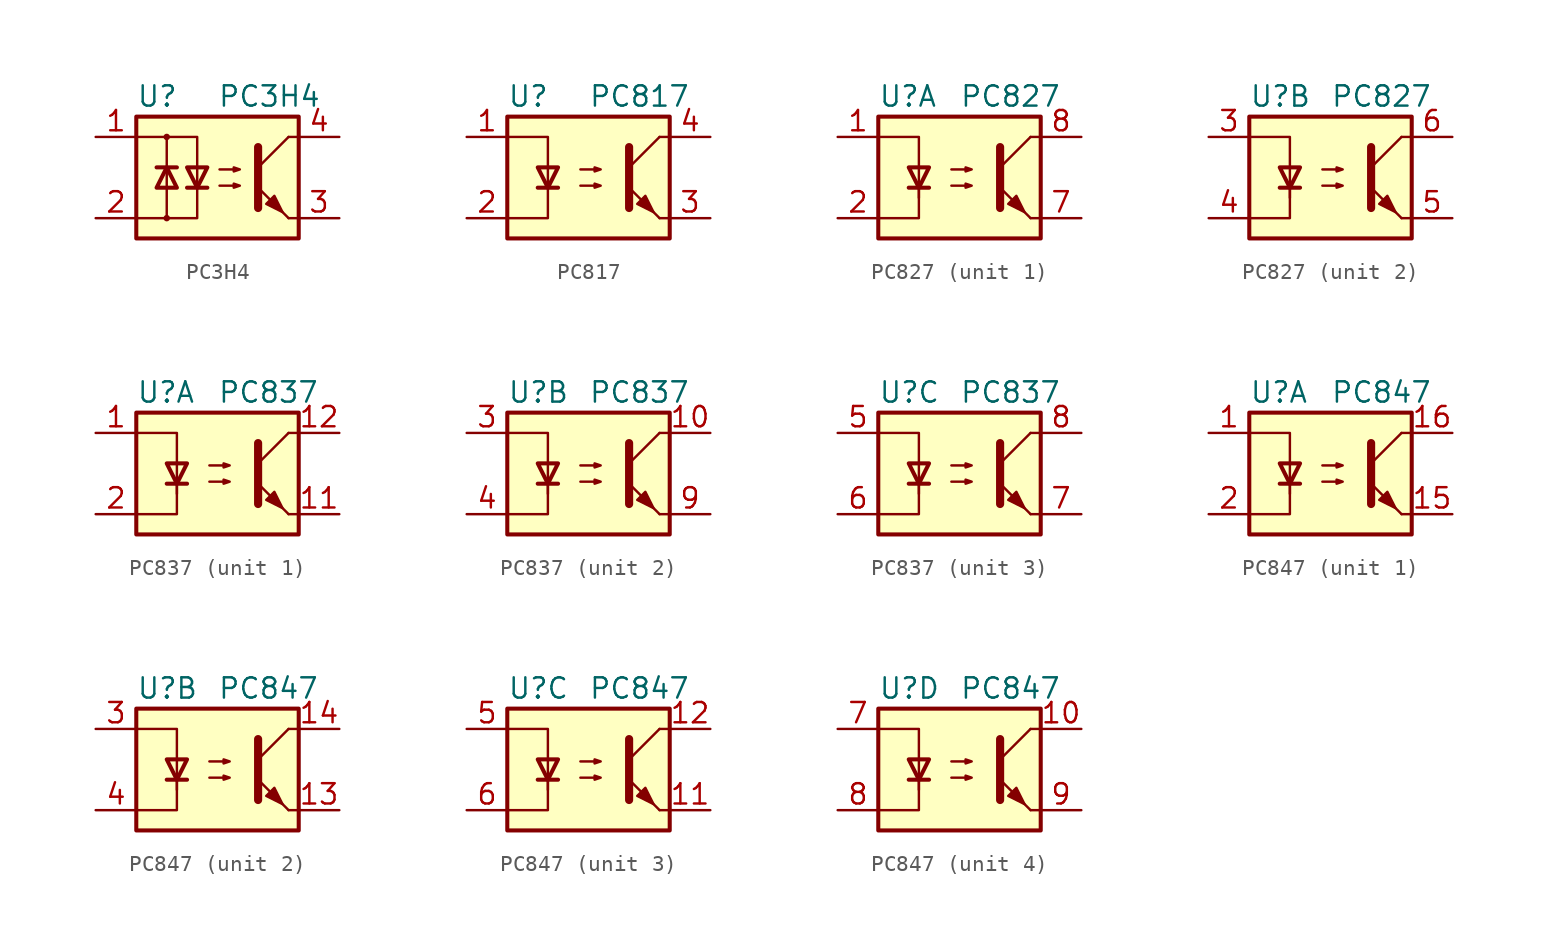
<source format=kicad_sym>
(kicad_symbol_lib
  (version 20201005)
  (generator kicad_symbol_editor)
  (symbol "PC3H4"
    (pin_names
      (offset 1.016))
    (property "Reference" "U"
      (at -5.08 5.08 0)
      (effects (font (size 1.27 1.27)) (justify left)))
    (property "Value" "PC3H4"
      (at 0 5.08 0)
      (effects (font (size 1.27 1.27)) (justify left)))
    (symbol "PC3H4_0_1"
      (circle (center -3.175 -2.54) (radius 0.127) (stroke (width 0)) (fill (type none)))
      (circle (center -3.175 2.54) (radius 0.127) (stroke (width 0)) (fill (type none)))
      (rectangle (start -5.08 3.81) (end 5.08 -3.81) (stroke (width 0.254)) (fill (type background)))
      (polyline (pts (xy -3.81 0.635) (xy -2.54 0.635)) (stroke (width 0.254)) (fill (type none)))
      (polyline (pts (xy -3.175 -0.635) (xy -3.175 -2.54)) (stroke (width 0)) (fill (type none)))
      (polyline (pts (xy -3.175 -0.635) (xy -3.175 2.54)) (stroke (width 0)) (fill (type none)))
      (polyline (pts (xy -1.905 -0.635) (xy -0.635 -0.635)) (stroke (width 0.254)) (fill (type none)))
      (polyline (pts (xy 2.54 0.635) (xy 4.445 2.54)) (stroke (width 0)) (fill (type none)))
      (polyline (pts (xy 4.445 -2.54) (xy 5.08 -2.54)) (stroke (width 0)) (fill (type none)))
      (polyline (pts (xy 4.445 2.54) (xy 5.08 2.54)) (stroke (width 0)) (fill (type none)))
      (polyline (pts (xy -5.08 2.54) (xy -1.27 2.54) (xy -1.27 -0.635)) (stroke (width 0)) (fill (type none)))
      (polyline (pts (xy -1.27 -0.635) (xy -1.27 -2.54) (xy -5.08 -2.54)) (stroke (width 0)) (fill (type none)))
      (polyline (pts (xy 2.54 1.905) (xy 2.54 -1.905) (xy 2.54 -1.905)) (stroke (width 0.508)) (fill (type none)))
      (polyline (pts (xy -3.175 0.635) (xy -3.81 -0.635) (xy -2.54 -0.635) (xy -3.175 0.635)) (stroke (width 0.254)) (fill (type none)))
      (polyline (pts (xy -1.27 -0.635) (xy -1.905 0.635) (xy -0.635 0.635) (xy -1.27 -0.635)) (stroke (width 0.254)) (fill (type none)))
      (polyline (pts (xy 0.127 -0.508) (xy 1.397 -0.508) (xy 1.016 -0.635) (xy 1.016 -0.381) (xy 1.397 -0.508)) (stroke (width 0)) (fill (type none)))
      (polyline (pts (xy 0.127 0.508) (xy 1.397 0.508) (xy 1.016 0.381) (xy 1.016 0.635) (xy 1.397 0.508)) (stroke (width 0)) (fill (type none)))
      (polyline (pts (xy 4.445 -2.54) (xy 2.54 -0.635)) (stroke (width 0)) (fill (type outline)))
      (polyline (pts (xy 3.048 -1.651) (xy 3.556 -1.143) (xy 4.064 -2.159) (xy 3.048 -1.651) (xy 3.048 -1.651)) (stroke (width 0)) (fill (type outline))))
    (symbol "PC3H4_1_1"
      (pin passive line (at -7.62 2.54 0) (length 2.54) (name "~" (effects (font (size 1.27 1.27)))) (number "1" (effects (font (size 1.27 1.27)))))
      (pin passive line (at -7.62 -2.54 0) (length 2.54) (name "~" (effects (font (size 1.27 1.27)))) (number "2" (effects (font (size 1.27 1.27)))))
      (pin passive line (at 7.62 -2.54 180) (length 2.54) (name "~" (effects (font (size 1.27 1.27)))) (number "3" (effects (font (size 1.27 1.27)))))
      (pin passive line (at 7.62 2.54 180) (length 2.54) (name "~" (effects (font (size 1.27 1.27)))) (number "4" (effects (font (size 1.27 1.27)))))))
  (symbol "PC817"
    (pin_names
      (offset 1.016))
    (property "Reference" "U"
      (at -5.08 5.08 0)
      (effects (font (size 1.27 1.27)) (justify left)))
    (property "Value" "PC817"
      (at 0 5.08 0)
      (effects (font (size 1.27 1.27)) (justify left)))
    (symbol "PC817_0_1"
      (rectangle (start -5.08 3.81) (end 5.08 -3.81) (stroke (width 0.254)) (fill (type background)))
      (polyline (pts (xy -3.175 -0.635) (xy -1.905 -0.635)) (stroke (width 0.254)) (fill (type none)))
      (polyline (pts (xy 2.54 0.635) (xy 4.445 2.54)) (stroke (width 0)) (fill (type none)))
      (polyline (pts (xy 4.445 -2.54) (xy 5.08 -2.54)) (stroke (width 0)) (fill (type none)))
      (polyline (pts (xy 4.445 2.54) (xy 5.08 2.54)) (stroke (width 0)) (fill (type none)))
      (polyline (pts (xy -5.08 2.54) (xy -2.54 2.54) (xy -2.54 -0.635)) (stroke (width 0)) (fill (type none)))
      (polyline (pts (xy -2.54 -0.635) (xy -2.54 -2.54) (xy -5.08 -2.54)) (stroke (width 0)) (fill (type none)))
      (polyline (pts (xy 2.54 1.905) (xy 2.54 -1.905) (xy 2.54 -1.905)) (stroke (width 0.508)) (fill (type none)))
      (polyline (pts (xy -2.54 -0.635) (xy -3.175 0.635) (xy -1.905 0.635) (xy -2.54 -0.635)) (stroke (width 0.254)) (fill (type none)))
      (polyline (pts (xy -0.508 -0.508) (xy 0.762 -0.508) (xy 0.381 -0.635) (xy 0.381 -0.381) (xy 0.762 -0.508)) (stroke (width 0)) (fill (type none)))
      (polyline (pts (xy -0.508 0.508) (xy 0.762 0.508) (xy 0.381 0.381) (xy 0.381 0.635) (xy 0.762 0.508)) (stroke (width 0)) (fill (type none)))
      (polyline (pts (xy 4.445 -2.54) (xy 2.54 -0.635)) (stroke (width 0)) (fill (type outline)))
      (polyline (pts (xy 3.048 -1.651) (xy 3.556 -1.143) (xy 4.064 -2.159) (xy 3.048 -1.651) (xy 3.048 -1.651)) (stroke (width 0)) (fill (type outline))))
    (symbol "PC817_1_1"
      (pin passive line (at -7.62 2.54 0) (length 2.54) (name "~" (effects (font (size 1.27 1.27)))) (number "1" (effects (font (size 1.27 1.27)))))
      (pin passive line (at -7.62 -2.54 0) (length 2.54) (name "~" (effects (font (size 1.27 1.27)))) (number "2" (effects (font (size 1.27 1.27)))))
      (pin passive line (at 7.62 -2.54 180) (length 2.54) (name "~" (effects (font (size 1.27 1.27)))) (number "3" (effects (font (size 1.27 1.27)))))
      (pin passive line (at 7.62 2.54 180) (length 2.54) (name "~" (effects (font (size 1.27 1.27)))) (number "4" (effects (font (size 1.27 1.27)))))))
  (symbol "PC827"
    (pin_names
      (offset 1.016))
    (property "Reference" "U"
      (at -5.08 5.08 0)
      (effects (font (size 1.27 1.27)) (justify left)))
    (property "Value" "PC827"
      (at 0 5.08 0)
      (effects (font (size 1.27 1.27)) (justify left)))
    (symbol "PC827_0_1"
      (rectangle (start -5.08 3.81) (end 5.08 -3.81) (stroke (width 0.254)) (fill (type background)))
      (polyline (pts (xy -3.175 -0.635) (xy -1.905 -0.635)) (stroke (width 0.254)) (fill (type none)))
      (polyline (pts (xy 2.54 0.635) (xy 4.445 2.54)) (stroke (width 0)) (fill (type none)))
      (polyline (pts (xy 4.445 -2.54) (xy 5.08 -2.54)) (stroke (width 0)) (fill (type none)))
      (polyline (pts (xy 4.445 2.54) (xy 5.08 2.54)) (stroke (width 0)) (fill (type none)))
      (polyline (pts (xy -2.54 -0.635) (xy -2.54 -2.54) (xy -5.08 -2.54)) (stroke (width 0)) (fill (type none)))
      (polyline (pts (xy 2.54 1.905) (xy 2.54 -1.905) (xy 2.54 -1.905)) (stroke (width 0.508)) (fill (type none)))
      (polyline (pts (xy -5.08 2.54) (xy -2.54 2.54) (xy -2.54 -1.27) (xy -2.54 0.635)) (stroke (width 0)) (fill (type none)))
      (polyline (pts (xy -2.54 -0.635) (xy -3.175 0.635) (xy -1.905 0.635) (xy -2.54 -0.635)) (stroke (width 0.254)) (fill (type none)))
      (polyline (pts (xy -0.508 -0.508) (xy 0.762 -0.508) (xy 0.381 -0.635) (xy 0.381 -0.381) (xy 0.762 -0.508)) (stroke (width 0)) (fill (type none)))
      (polyline (pts (xy -0.508 0.508) (xy 0.762 0.508) (xy 0.381 0.381) (xy 0.381 0.635) (xy 0.762 0.508)) (stroke (width 0)) (fill (type none)))
      (polyline (pts (xy 4.445 -2.54) (xy 2.54 -0.635)) (stroke (width 0)) (fill (type outline)))
      (polyline (pts (xy 3.048 -1.651) (xy 3.556 -1.143) (xy 4.064 -2.159) (xy 3.048 -1.651) (xy 3.048 -1.651)) (stroke (width 0)) (fill (type outline))))
    (symbol "PC827_1_1"
      (pin passive line (at -7.62 2.54 0) (length 2.54) (name "~" (effects (font (size 1.27 1.27)))) (number "1" (effects (font (size 1.27 1.27)))))
      (pin passive line (at -7.62 -2.54 0) (length 2.54) (name "~" (effects (font (size 1.27 1.27)))) (number "2" (effects (font (size 1.27 1.27)))))
      (pin passive line (at 7.62 -2.54 180) (length 2.54) (name "~" (effects (font (size 1.27 1.27)))) (number "7" (effects (font (size 1.27 1.27)))))
      (pin passive line (at 7.62 2.54 180) (length 2.54) (name "~" (effects (font (size 1.27 1.27)))) (number "8" (effects (font (size 1.27 1.27))))))
    (symbol "PC827_2_1"
      (pin passive line (at -7.62 2.54 0) (length 2.54) (name "~" (effects (font (size 1.27 1.27)))) (number "3" (effects (font (size 1.27 1.27)))))
      (pin passive line (at -7.62 -2.54 0) (length 2.54) (name "~" (effects (font (size 1.27 1.27)))) (number "4" (effects (font (size 1.27 1.27)))))
      (pin passive line (at 7.62 -2.54 180) (length 2.54) (name "~" (effects (font (size 1.27 1.27)))) (number "5" (effects (font (size 1.27 1.27)))))
      (pin passive line (at 7.62 2.54 180) (length 2.54) (name "~" (effects (font (size 1.27 1.27)))) (number "6" (effects (font (size 1.27 1.27)))))))
  (symbol "PC837"
    (pin_names
      (offset 1.016))
    (property "Reference" "U"
      (at -5.08 5.08 0)
      (effects (font (size 1.27 1.27)) (justify left)))
    (property "Value" "PC837"
      (at 0 5.08 0)
      (effects (font (size 1.27 1.27)) (justify left)))
    (symbol "PC837_0_1"
      (rectangle (start -5.08 3.81) (end 5.08 -3.81) (stroke (width 0.254)) (fill (type background)))
      (polyline (pts (xy -3.175 -0.635) (xy -1.905 -0.635)) (stroke (width 0.254)) (fill (type none)))
      (polyline (pts (xy 2.54 0.635) (xy 4.445 2.54)) (stroke (width 0)) (fill (type none)))
      (polyline (pts (xy 4.445 -2.54) (xy 5.08 -2.54)) (stroke (width 0)) (fill (type none)))
      (polyline (pts (xy 4.445 2.54) (xy 5.08 2.54)) (stroke (width 0)) (fill (type none)))
      (polyline (pts (xy -2.54 -0.635) (xy -2.54 -2.54) (xy -5.08 -2.54)) (stroke (width 0)) (fill (type none)))
      (polyline (pts (xy 2.54 1.905) (xy 2.54 -1.905) (xy 2.54 -1.905)) (stroke (width 0.508)) (fill (type none)))
      (polyline (pts (xy -5.08 2.54) (xy -2.54 2.54) (xy -2.54 -1.27) (xy -2.54 0.635)) (stroke (width 0)) (fill (type none)))
      (polyline (pts (xy -2.54 -0.635) (xy -3.175 0.635) (xy -1.905 0.635) (xy -2.54 -0.635)) (stroke (width 0.254)) (fill (type none)))
      (polyline (pts (xy -0.508 -0.508) (xy 0.762 -0.508) (xy 0.381 -0.635) (xy 0.381 -0.381) (xy 0.762 -0.508)) (stroke (width 0)) (fill (type none)))
      (polyline (pts (xy -0.508 0.508) (xy 0.762 0.508) (xy 0.381 0.381) (xy 0.381 0.635) (xy 0.762 0.508)) (stroke (width 0)) (fill (type none)))
      (polyline (pts (xy 4.445 -2.54) (xy 2.54 -0.635)) (stroke (width 0)) (fill (type outline)))
      (polyline (pts (xy 3.048 -1.651) (xy 3.556 -1.143) (xy 4.064 -2.159) (xy 3.048 -1.651) (xy 3.048 -1.651)) (stroke (width 0)) (fill (type outline))))
    (symbol "PC837_1_1"
      (pin passive line (at -7.62 2.54 0) (length 2.54) (name "~" (effects (font (size 1.27 1.27)))) (number "1" (effects (font (size 1.27 1.27)))))
      (pin passive line (at 7.62 -2.54 180) (length 2.54) (name "~" (effects (font (size 1.27 1.27)))) (number "11" (effects (font (size 1.27 1.27)))))
      (pin passive line (at 7.62 2.54 180) (length 2.54) (name "~" (effects (font (size 1.27 1.27)))) (number "12" (effects (font (size 1.27 1.27)))))
      (pin passive line (at -7.62 -2.54 0) (length 2.54) (name "~" (effects (font (size 1.27 1.27)))) (number "2" (effects (font (size 1.27 1.27))))))
    (symbol "PC837_2_1"
      (pin passive line (at 7.62 2.54 180) (length 2.54) (name "~" (effects (font (size 1.27 1.27)))) (number "10" (effects (font (size 1.27 1.27)))))
      (pin passive line (at -7.62 2.54 0) (length 2.54) (name "~" (effects (font (size 1.27 1.27)))) (number "3" (effects (font (size 1.27 1.27)))))
      (pin passive line (at -7.62 -2.54 0) (length 2.54) (name "~" (effects (font (size 1.27 1.27)))) (number "4" (effects (font (size 1.27 1.27)))))
      (pin passive line (at 7.62 -2.54 180) (length 2.54) (name "~" (effects (font (size 1.27 1.27)))) (number "9" (effects (font (size 1.27 1.27))))))
    (symbol "PC837_3_1"
      (pin passive line (at -7.62 2.54 0) (length 2.54) (name "~" (effects (font (size 1.27 1.27)))) (number "5" (effects (font (size 1.27 1.27)))))
      (pin passive line (at -7.62 -2.54 0) (length 2.54) (name "~" (effects (font (size 1.27 1.27)))) (number "6" (effects (font (size 1.27 1.27)))))
      (pin passive line (at 7.62 -2.54 180) (length 2.54) (name "~" (effects (font (size 1.27 1.27)))) (number "7" (effects (font (size 1.27 1.27)))))
      (pin passive line (at 7.62 2.54 180) (length 2.54) (name "~" (effects (font (size 1.27 1.27)))) (number "8" (effects (font (size 1.27 1.27)))))))
  (symbol "PC847"
    (pin_names
      (offset 1.016))
    (property "Reference" "U"
      (at -5.08 5.08 0)
      (effects (font (size 1.27 1.27)) (justify left)))
    (property "Value" "PC847"
      (at 0 5.08 0)
      (effects (font (size 1.27 1.27)) (justify left)))
    (symbol "PC847_0_1"
      (rectangle (start -5.08 3.81) (end 5.08 -3.81) (stroke (width 0.254)) (fill (type background)))
      (polyline (pts (xy -3.175 -0.635) (xy -1.905 -0.635)) (stroke (width 0.254)) (fill (type none)))
      (polyline (pts (xy 2.54 0.635) (xy 4.445 2.54)) (stroke (width 0)) (fill (type none)))
      (polyline (pts (xy 4.445 -2.54) (xy 5.08 -2.54)) (stroke (width 0)) (fill (type none)))
      (polyline (pts (xy 4.445 2.54) (xy 5.08 2.54)) (stroke (width 0)) (fill (type none)))
      (polyline (pts (xy -2.54 -0.635) (xy -2.54 -2.54) (xy -5.08 -2.54)) (stroke (width 0)) (fill (type none)))
      (polyline (pts (xy 2.54 1.905) (xy 2.54 -1.905) (xy 2.54 -1.905)) (stroke (width 0.508)) (fill (type none)))
      (polyline (pts (xy -5.08 2.54) (xy -2.54 2.54) (xy -2.54 -1.27) (xy -2.54 0.635)) (stroke (width 0)) (fill (type none)))
      (polyline (pts (xy -2.54 -0.635) (xy -3.175 0.635) (xy -1.905 0.635) (xy -2.54 -0.635)) (stroke (width 0.254)) (fill (type none)))
      (polyline (pts (xy -0.508 -0.508) (xy 0.762 -0.508) (xy 0.381 -0.635) (xy 0.381 -0.381) (xy 0.762 -0.508)) (stroke (width 0)) (fill (type none)))
      (polyline (pts (xy -0.508 0.508) (xy 0.762 0.508) (xy 0.381 0.381) (xy 0.381 0.635) (xy 0.762 0.508)) (stroke (width 0)) (fill (type none)))
      (polyline (pts (xy 4.445 -2.54) (xy 2.54 -0.635)) (stroke (width 0)) (fill (type outline)))
      (polyline (pts (xy 3.048 -1.651) (xy 3.556 -1.143) (xy 4.064 -2.159) (xy 3.048 -1.651) (xy 3.048 -1.651)) (stroke (width 0)) (fill (type outline))))
    (symbol "PC847_1_1"
      (pin passive line (at -7.62 2.54 0) (length 2.54) (name "~" (effects (font (size 1.27 1.27)))) (number "1" (effects (font (size 1.27 1.27)))))
      (pin passive line (at 7.62 -2.54 180) (length 2.54) (name "~" (effects (font (size 1.27 1.27)))) (number "15" (effects (font (size 1.27 1.27)))))
      (pin passive line (at 7.62 2.54 180) (length 2.54) (name "~" (effects (font (size 1.27 1.27)))) (number "16" (effects (font (size 1.27 1.27)))))
      (pin passive line (at -7.62 -2.54 0) (length 2.54) (name "~" (effects (font (size 1.27 1.27)))) (number "2" (effects (font (size 1.27 1.27))))))
    (symbol "PC847_2_1"
      (pin passive line (at 7.62 -2.54 180) (length 2.54) (name "~" (effects (font (size 1.27 1.27)))) (number "13" (effects (font (size 1.27 1.27)))))
      (pin passive line (at 7.62 2.54 180) (length 2.54) (name "~" (effects (font (size 1.27 1.27)))) (number "14" (effects (font (size 1.27 1.27)))))
      (pin passive line (at -7.62 2.54 0) (length 2.54) (name "~" (effects (font (size 1.27 1.27)))) (number "3" (effects (font (size 1.27 1.27)))))
      (pin passive line (at -7.62 -2.54 0) (length 2.54) (name "~" (effects (font (size 1.27 1.27)))) (number "4" (effects (font (size 1.27 1.27))))))
    (symbol "PC847_3_1"
      (pin passive line (at 7.62 -2.54 180) (length 2.54) (name "~" (effects (font (size 1.27 1.27)))) (number "11" (effects (font (size 1.27 1.27)))))
      (pin passive line (at 7.62 2.54 180) (length 2.54) (name "~" (effects (font (size 1.27 1.27)))) (number "12" (effects (font (size 1.27 1.27)))))
      (pin passive line (at -7.62 2.54 0) (length 2.54) (name "~" (effects (font (size 1.27 1.27)))) (number "5" (effects (font (size 1.27 1.27)))))
      (pin passive line (at -7.62 -2.54 0) (length 2.54) (name "~" (effects (font (size 1.27 1.27)))) (number "6" (effects (font (size 1.27 1.27))))))
    (symbol "PC847_4_1"
      (pin passive line (at 7.62 2.54 180) (length 2.54) (name "~" (effects (font (size 1.27 1.27)))) (number "10" (effects (font (size 1.27 1.27)))))
      (pin passive line (at -7.62 2.54 0) (length 2.54) (name "~" (effects (font (size 1.27 1.27)))) (number "7" (effects (font (size 1.27 1.27)))))
      (pin passive line (at -7.62 -2.54 0) (length 2.54) (name "~" (effects (font (size 1.27 1.27)))) (number "8" (effects (font (size 1.27 1.27)))))
      (pin passive line (at 7.62 -2.54 180) (length 2.54) (name "~" (effects (font (size 1.27 1.27)))) (number "9" (effects (font (size 1.27 1.27))))))))
</source>
